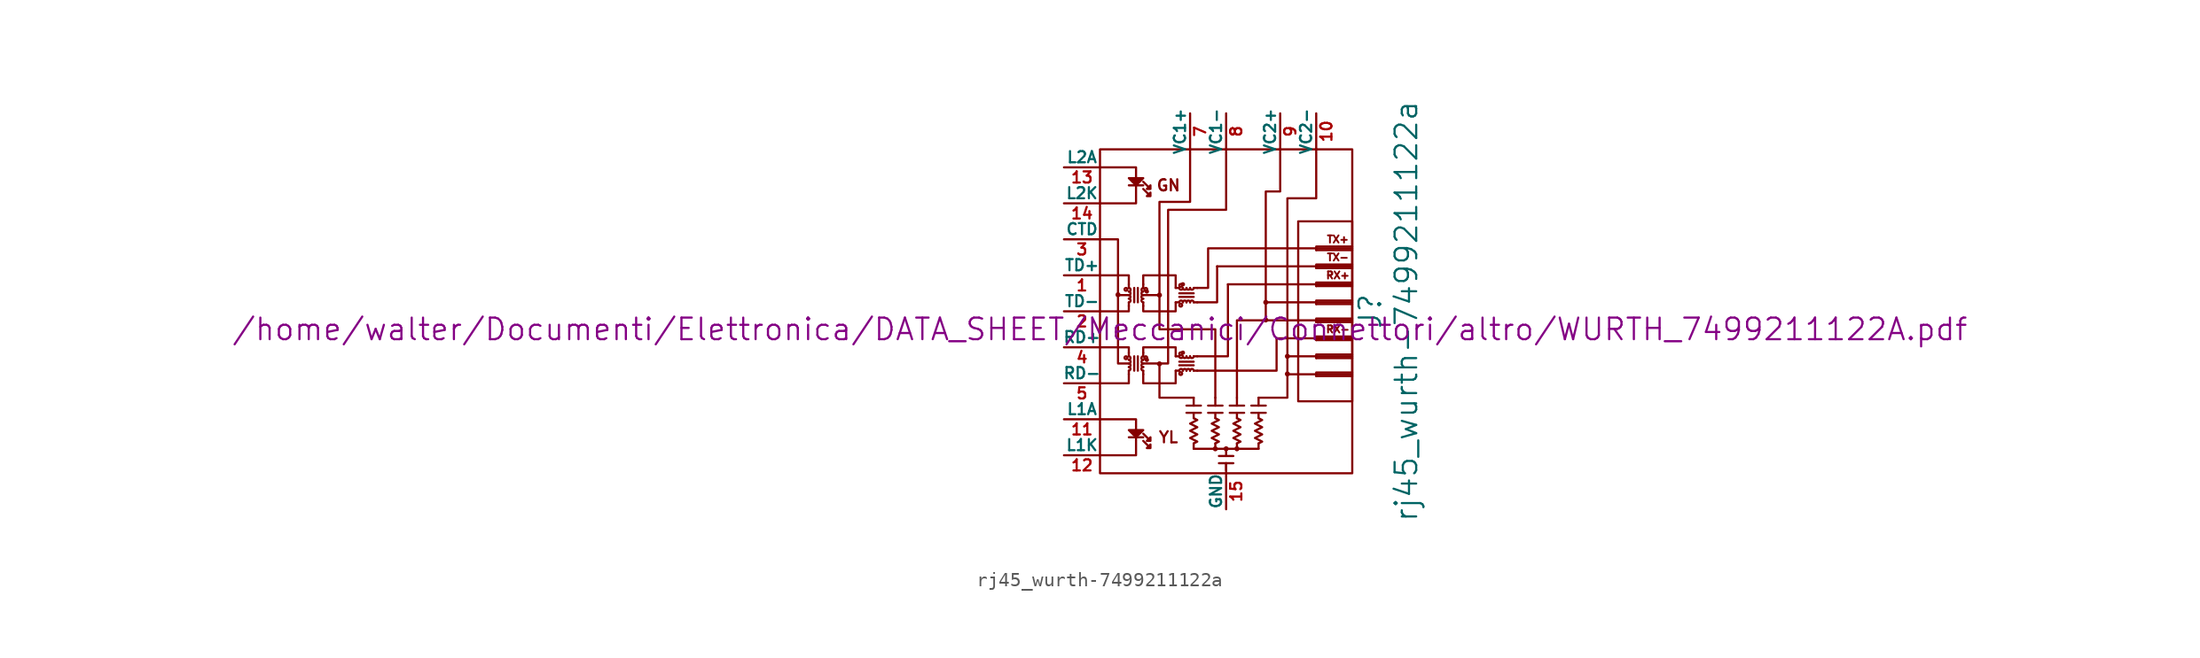
<source format=kicad_sym>
(kicad_symbol_lib
  (version 20211014)
  (generator kicad_symbol_editor)
  (symbol "rj45_wurth-7499211122a"
    (pin_names
      (offset 0))
    (property "Reference" "J"
      (at 11.43 0 90)
      (effects (font (size 1.524 1.524))))
    (property "Value" "rj45_wurth-7499211122a"
      (at 13.97 0 90)
      (effects (font (size 1.524 1.524))))
    (property "Footprint" ""
      (at -7.62 -1.27 0)
      (effects (font (size 1.524 1.524))))
    (property "Datasheet" "/home/walter/Documenti/Elettronica/DATA_SHEET/Meccanici/Connettori/altro/WURTH_7499211122A.pdf"
      (at -7.62 -1.27 0)
      (effects (font (size 1.524 1.524))))
    (symbol "rj45_wurth-7499211122a_0_0"
      (polyline (pts (xy -1.016 -6.096) (xy -1.016 -6.655)) (stroke (width 0) (type default) (color 0 0 0 0)) (fill (type none)))
      (polyline (pts (xy 0.508 -6.096) (xy 0.508 -6.655)) (stroke (width 0) (type default) (color 0 0 0 0)) (fill (type none)))
      (polyline (pts (xy 1.27 -10.719) (xy 1.27 -11.405)) (stroke (width 0) (type default) (color 0 0 0 0)) (fill (type none)))
      (polyline (pts (xy 2.032 -6.096) (xy 2.032 -6.655)) (stroke (width 0) (type default) (color 0 0 0 0)) (fill (type none)))
      (polyline (pts (xy 3.556 -6.096) (xy 3.556 -6.655)) (stroke (width 0) (type default) (color 0 0 0 0)) (fill (type none)))
      (polyline (pts (xy -3.429 1.143) (xy -3.429 7.722) (xy -1.27 7.722) (xy -1.27 11.455)) (stroke (width 0) (type default) (color 0 0 0 0)) (fill (type none)))
      (polyline (pts (xy 5.08 11.455) (xy 5.08 8.458) (xy 4.064 8.458) (xy 4.064 0.635)) (stroke (width 0) (type default) (color 0 0 0 0)) (fill (type none)))
      (polyline (pts (xy 1.27 11.455) (xy 1.27 7.163) (xy -2.819 7.163) (xy -2.819 -3.683) (xy -3.429 -3.683)) (stroke (width 0) (type default) (color 0 0 0 0)) (fill (type none)))
      (polyline (pts (xy 5.588 -3.175) (xy 5.588 7.976) (xy 7.595 7.976) (xy 7.62 7.976) (xy 7.62 11.455)) (stroke (width 0) (type default) (color 0 0 0 0)) (fill (type none)))
      (text "GN" (at -2.794 8.89 0) (effects (font (size 0.787 0.787))))
      (text "RX+" (at 9.144 2.54 0) (effects (font (size 0.508 0.508))))
      (text "RX-" (at 9.144 -1.27 0) (effects (font (size 0.508 0.508))))
      (text "TX+" (at 9.144 5.08 0) (effects (font (size 0.508 0.508))))
      (text "TX-" (at 9.144 3.81 0) (effects (font (size 0.508 0.508))))
      (text "YL" (at -2.794 -8.89 0) (effects (font (size 0.787 0.787)))))
    (symbol "rj45_wurth-7499211122a_0_1"
      (circle (center -6.35 1.168) (radius 0.102) (stroke (width 0) (type default) (color 0 0 0 0)) (fill (type none)))
      (circle (center -5.791 -3.277) (radius 0.025) (stroke (width 0) (type default) (color 0 0 0 0)) (fill (type none)))
      (circle (center -5.791 1.549) (radius 0.025) (stroke (width 0) (type default) (color 0 0 0 0)) (fill (type none)))
      (arc (start -5.588 -4.191) (mid -5.461 -4.064) (end -5.588 -3.937) (stroke (width 0) (type default) (color 0 0 0 0)) (fill (type none)))
      (arc (start -5.588 -3.937) (mid -5.461 -3.81) (end -5.588 -3.683) (stroke (width 0) (type default) (color 0 0 0 0)) (fill (type none)))
      (arc (start -5.588 -3.683) (mid -5.461 -3.556) (end -5.588 -3.429) (stroke (width 0) (type default) (color 0 0 0 0)) (fill (type none)))
      (arc (start -5.588 -3.429) (mid -5.461 -3.302) (end -5.588 -3.175) (stroke (width 0) (type default) (color 0 0 0 0)) (fill (type none)))
      (arc (start -5.588 0.635) (mid -5.461 0.762) (end -5.588 0.889) (stroke (width 0) (type default) (color 0 0 0 0)) (fill (type none)))
      (arc (start -5.588 0.889) (mid -5.461 1.016) (end -5.588 1.143) (stroke (width 0) (type default) (color 0 0 0 0)) (fill (type none)))
      (arc (start -5.588 1.143) (mid -5.461 1.27) (end -5.588 1.397) (stroke (width 0) (type default) (color 0 0 0 0)) (fill (type none)))
      (arc (start -5.588 1.397) (mid -5.461 1.524) (end -5.588 1.651) (stroke (width 0) (type default) (color 0 0 0 0)) (fill (type none)))
      (arc (start -4.572 -3.937) (mid -4.699 -4.064) (end -4.572 -4.191) (stroke (width 0) (type default) (color 0 0 0 0)) (fill (type none)))
      (arc (start -4.572 -3.683) (mid -4.699 -3.81) (end -4.572 -3.937) (stroke (width 0) (type default) (color 0 0 0 0)) (fill (type none)))
      (arc (start -4.572 -3.429) (mid -4.699 -3.556) (end -4.572 -3.683) (stroke (width 0) (type default) (color 0 0 0 0)) (fill (type none)))
      (arc (start -4.572 -3.175) (mid -4.699 -3.302) (end -4.572 -3.429) (stroke (width 0) (type default) (color 0 0 0 0)) (fill (type none)))
      (arc (start -4.572 0.889) (mid -4.699 0.762) (end -4.572 0.635) (stroke (width 0) (type default) (color 0 0 0 0)) (fill (type none)))
      (arc (start -4.572 1.143) (mid -4.699 1.016) (end -4.572 0.889) (stroke (width 0) (type default) (color 0 0 0 0)) (fill (type none)))
      (arc (start -4.572 1.397) (mid -4.699 1.27) (end -4.572 1.143) (stroke (width 0) (type default) (color 0 0 0 0)) (fill (type none)))
      (arc (start -4.572 1.651) (mid -4.699 1.524) (end -4.572 1.397) (stroke (width 0) (type default) (color 0 0 0 0)) (fill (type none)))
      (circle (center -4.394 -3.277) (radius 0.025) (stroke (width 0) (type default) (color 0 0 0 0)) (fill (type none)))
      (circle (center -4.394 1.549) (radius 0.025) (stroke (width 0) (type default) (color 0 0 0 0)) (fill (type none)))
      (circle (center -4.318 -3.429) (radius 0.0001) (stroke (width 0) (type default) (color 0 0 0 0)) (fill (type none)))
      (circle (center -4.318 1.397) (radius 0.0001) (stroke (width 0) (type default) (color 0 0 0 0)) (fill (type none)))
      (circle (center -3.429 -3.708) (radius 0.102) (stroke (width 0) (type default) (color 0 0 0 0)) (fill (type none)))
      (circle (center -3.429 1.143) (radius 0.102) (stroke (width 0) (type default) (color 0 0 0 0)) (fill (type none)))
      (arc (start -2.032 -3.175) (mid -1.905 -3.302) (end -1.778 -3.175) (stroke (width 0) (type default) (color 0 0 0 0)) (fill (type none)))
      (arc (start -2.032 1.651) (mid -1.905 1.524) (end -1.778 1.651) (stroke (width 0) (type default) (color 0 0 0 0)) (fill (type none)))
      (circle (center -1.93 -4.394) (radius 0.025) (stroke (width 0) (type default) (color 0 0 0 0)) (fill (type none)))
      (circle (center -1.93 -2.997) (radius 0.025) (stroke (width 0) (type default) (color 0 0 0 0)) (fill (type none)))
      (circle (center -1.93 0.432) (radius 0.025) (stroke (width 0) (type default) (color 0 0 0 0)) (fill (type none)))
      (circle (center -1.93 1.829) (radius 0.025) (stroke (width 0) (type default) (color 0 0 0 0)) (fill (type none)))
      (arc (start -1.778 -4.191) (mid -1.905 -4.064) (end -2.032 -4.191) (stroke (width 0) (type default) (color 0 0 0 0)) (fill (type none)))
      (arc (start -1.778 -3.175) (mid -1.651 -3.302) (end -1.524 -3.175) (stroke (width 0) (type default) (color 0 0 0 0)) (fill (type none)))
      (circle (center -1.778 -2.921) (radius 0.0001) (stroke (width 0) (type default) (color 0 0 0 0)) (fill (type none)))
      (arc (start -1.778 0.635) (mid -1.905 0.762) (end -2.032 0.635) (stroke (width 0) (type default) (color 0 0 0 0)) (fill (type none)))
      (arc (start -1.778 1.651) (mid -1.651 1.524) (end -1.524 1.651) (stroke (width 0) (type default) (color 0 0 0 0)) (fill (type none)))
      (circle (center -1.778 1.905) (radius 0.0001) (stroke (width 0) (type default) (color 0 0 0 0)) (fill (type none)))
      (arc (start -1.524 -4.191) (mid -1.651 -4.064) (end -1.778 -4.191) (stroke (width 0) (type default) (color 0 0 0 0)) (fill (type none)))
      (arc (start -1.524 -3.175) (mid -1.397 -3.302) (end -1.27 -3.175) (stroke (width 0) (type default) (color 0 0 0 0)) (fill (type none)))
      (arc (start -1.524 0.635) (mid -1.651 0.762) (end -1.778 0.635) (stroke (width 0) (type default) (color 0 0 0 0)) (fill (type none)))
      (arc (start -1.524 1.651) (mid -1.397 1.524) (end -1.27 1.651) (stroke (width 0) (type default) (color 0 0 0 0)) (fill (type none)))
      (arc (start -1.27 -4.191) (mid -1.397 -4.064) (end -1.524 -4.191) (stroke (width 0) (type default) (color 0 0 0 0)) (fill (type none)))
      (arc (start -1.27 -3.175) (mid -1.143 -3.302) (end -1.016 -3.175) (stroke (width 0) (type default) (color 0 0 0 0)) (fill (type none)))
      (arc (start -1.27 0.635) (mid -1.397 0.762) (end -1.524 0.635) (stroke (width 0) (type default) (color 0 0 0 0)) (fill (type none)))
      (arc (start -1.27 1.651) (mid -1.143 1.524) (end -1.016 1.651) (stroke (width 0) (type default) (color 0 0 0 0)) (fill (type none)))
      (arc (start -1.016 -4.191) (mid -1.143 -4.064) (end -1.27 -4.191) (stroke (width 0) (type default) (color 0 0 0 0)) (fill (type none)))
      (arc (start -1.016 0.635) (mid -1.143 0.762) (end -1.27 0.635) (stroke (width 0) (type default) (color 0 0 0 0)) (fill (type none)))
      (polyline (pts (xy -6.35 1.143) (xy -5.588 1.143)) (stroke (width 0) (type default) (color 0 0 0 0)) (fill (type none)))
      (polyline (pts (xy -5.588 -8.89) (xy -4.572 -8.89)) (stroke (width 0) (type default) (color 0 0 0 0)) (fill (type none)))
      (polyline (pts (xy -5.588 -4.191) (xy -5.588 -4.445)) (stroke (width 0) (type default) (color 0 0 0 0)) (fill (type none)))
      (polyline (pts (xy -5.588 -2.921) (xy -5.588 -3.175)) (stroke (width 0) (type default) (color 0 0 0 0)) (fill (type none)))
      (polyline (pts (xy -5.588 0.635) (xy -5.588 0.381)) (stroke (width 0) (type default) (color 0 0 0 0)) (fill (type none)))
      (polyline (pts (xy -5.588 1.905) (xy -5.588 1.651)) (stroke (width 0) (type default) (color 0 0 0 0)) (fill (type none)))
      (polyline (pts (xy -5.588 8.89) (xy -4.572 8.89)) (stroke (width 0) (type default) (color 0 0 0 0)) (fill (type none)))
      (polyline (pts (xy -5.207 -4.191) (xy -5.207 -3.175)) (stroke (width 0) (type default) (color 0 0 0 0)) (fill (type none)))
      (polyline (pts (xy -5.207 0.635) (xy -5.207 1.651)) (stroke (width 0) (type default) (color 0 0 0 0)) (fill (type none)))
      (polyline (pts (xy -4.953 -3.175) (xy -4.953 -4.191)) (stroke (width 0) (type default) (color 0 0 0 0)) (fill (type none)))
      (polyline (pts (xy -4.953 1.651) (xy -4.953 0.635)) (stroke (width 0) (type default) (color 0 0 0 0)) (fill (type none)))
      (polyline (pts (xy -4.572 -4.191) (xy -4.572 -4.445)) (stroke (width 0) (type default) (color 0 0 0 0)) (fill (type none)))
      (polyline (pts (xy -4.572 -2.921) (xy -4.572 -3.175)) (stroke (width 0) (type default) (color 0 0 0 0)) (fill (type none)))
      (polyline (pts (xy -4.572 0.635) (xy -4.572 0.381)) (stroke (width 0) (type default) (color 0 0 0 0)) (fill (type none)))
      (polyline (pts (xy -4.572 1.905) (xy -4.572 1.651)) (stroke (width 0) (type default) (color 0 0 0 0)) (fill (type none)))
      (polyline (pts (xy -2.286 -4.191) (xy -2.032 -4.191)) (stroke (width 0) (type default) (color 0 0 0 0)) (fill (type none)))
      (polyline (pts (xy -2.286 -3.175) (xy -2.032 -3.175)) (stroke (width 0) (type default) (color 0 0 0 0)) (fill (type none)))
      (polyline (pts (xy -2.286 0.635) (xy -2.032 0.635)) (stroke (width 0) (type default) (color 0 0 0 0)) (fill (type none)))
      (polyline (pts (xy -2.286 1.651) (xy -2.032 1.651)) (stroke (width 0) (type default) (color 0 0 0 0)) (fill (type none)))
      (polyline (pts (xy -2.032 -3.556) (xy -1.016 -3.556)) (stroke (width 0) (type default) (color 0 0 0 0)) (fill (type none)))
      (polyline (pts (xy -2.032 1.27) (xy -1.016 1.27)) (stroke (width 0) (type default) (color 0 0 0 0)) (fill (type none)))
      (polyline (pts (xy -1.524 -6.655) (xy -0.508 -6.655)) (stroke (width 0) (type default) (color 0 0 0 0)) (fill (type none)))
      (polyline (pts (xy -1.016 -9.703) (xy -1.016 -9.322)) (stroke (width 0) (type default) (color 0 0 0 0)) (fill (type none)))
      (polyline (pts (xy -1.016 -7.544) (xy -1.016 -7.163)) (stroke (width 0) (type default) (color 0 0 0 0)) (fill (type none)))
      (polyline (pts (xy -1.016 -4.191) (xy -0.762 -4.191)) (stroke (width 0) (type default) (color 0 0 0 0)) (fill (type none)))
      (polyline (pts (xy -1.016 -3.81) (xy -2.032 -3.81)) (stroke (width 0) (type default) (color 0 0 0 0)) (fill (type none)))
      (polyline (pts (xy -1.016 -3.175) (xy -0.762 -3.175)) (stroke (width 0) (type default) (color 0 0 0 0)) (fill (type none)))
      (polyline (pts (xy -1.016 0.635) (xy -0.762 0.635)) (stroke (width 0) (type default) (color 0 0 0 0)) (fill (type none)))
      (polyline (pts (xy -1.016 1.016) (xy -2.032 1.016)) (stroke (width 0) (type default) (color 0 0 0 0)) (fill (type none)))
      (polyline (pts (xy -1.016 1.651) (xy -0.762 1.651)) (stroke (width 0) (type default) (color 0 0 0 0)) (fill (type none)))
      (polyline (pts (xy -0.508 -7.163) (xy -1.524 -7.163)) (stroke (width 0) (type default) (color 0 0 0 0)) (fill (type none)))
      (polyline (pts (xy 0 -6.655) (xy 1.016 -6.655)) (stroke (width 0) (type default) (color 0 0 0 0)) (fill (type none)))
      (polyline (pts (xy 0.508 -9.703) (xy 0.508 -9.322)) (stroke (width 0) (type default) (color 0 0 0 0)) (fill (type none)))
      (polyline (pts (xy 0.508 -7.544) (xy 0.508 -7.163)) (stroke (width 0) (type default) (color 0 0 0 0)) (fill (type none)))
      (polyline (pts (xy 0.762 -10.211) (xy 1.778 -10.211)) (stroke (width 0) (type default) (color 0 0 0 0)) (fill (type none)))
      (polyline (pts (xy 1.016 -7.163) (xy 0 -7.163)) (stroke (width 0) (type default) (color 0 0 0 0)) (fill (type none)))
      (polyline (pts (xy 1.27 -10.719) (xy 1.27 -11.227)) (stroke (width 0) (type default) (color 0 0 0 0)) (fill (type none)))
      (polyline (pts (xy 1.27 -9.703) (xy 1.27 -10.211)) (stroke (width 0) (type default) (color 0 0 0 0)) (fill (type none)))
      (polyline (pts (xy 1.524 -6.655) (xy 2.54 -6.655)) (stroke (width 0) (type default) (color 0 0 0 0)) (fill (type none)))
      (polyline (pts (xy 1.778 -10.719) (xy 0.762 -10.719)) (stroke (width 0) (type default) (color 0 0 0 0)) (fill (type none)))
      (polyline (pts (xy 2.032 -9.703) (xy 2.032 -9.322)) (stroke (width 0) (type default) (color 0 0 0 0)) (fill (type none)))
      (polyline (pts (xy 2.032 -7.544) (xy 2.032 -7.163)) (stroke (width 0) (type default) (color 0 0 0 0)) (fill (type none)))
      (polyline (pts (xy 2.54 -7.163) (xy 1.524 -7.163)) (stroke (width 0) (type default) (color 0 0 0 0)) (fill (type none)))
      (polyline (pts (xy 3.048 -6.655) (xy 4.064 -6.655)) (stroke (width 0) (type default) (color 0 0 0 0)) (fill (type none)))
      (polyline (pts (xy 3.556 -9.703) (xy -1.016 -9.703)) (stroke (width 0) (type default) (color 0 0 0 0)) (fill (type none)))
      (polyline (pts (xy 3.556 -9.703) (xy 3.556 -9.322)) (stroke (width 0) (type default) (color 0 0 0 0)) (fill (type none)))
      (polyline (pts (xy 3.556 -7.544) (xy 3.556 -7.163)) (stroke (width 0) (type default) (color 0 0 0 0)) (fill (type none)))
      (polyline (pts (xy 4.064 -7.163) (xy 3.048 -7.163)) (stroke (width 0) (type default) (color 0 0 0 0)) (fill (type none)))
      (polyline (pts (xy 4.064 0.635) (xy 4.064 -0.635)) (stroke (width 0) (type default) (color 0 0 0 0)) (fill (type none)))
      (polyline (pts (xy 7.62 -4.572) (xy 10.16 -4.572)) (stroke (width 0) (type default) (color 0 0 0 0)) (fill (type none)))
      (polyline (pts (xy 7.62 -4.445) (xy 5.588 -4.445)) (stroke (width 0) (type default) (color 0 0 0 0)) (fill (type none)))
      (polyline (pts (xy 7.62 -4.445) (xy 10.16 -4.445)) (stroke (width 0) (type default) (color 0 0 0 0)) (fill (type none)))
      (polyline (pts (xy 7.62 -3.302) (xy 10.16 -3.302)) (stroke (width 0) (type default) (color 0 0 0 0)) (fill (type none)))
      (polyline (pts (xy 7.62 -3.175) (xy 10.16 -3.175)) (stroke (width 0) (type default) (color 0 0 0 0)) (fill (type none)))
      (polyline (pts (xy 7.62 -2.032) (xy 10.16 -2.032)) (stroke (width 0) (type default) (color 0 0 0 0)) (fill (type none)))
      (polyline (pts (xy 7.62 -1.905) (xy 4.826 -1.905)) (stroke (width 0) (type default) (color 0 0 0 0)) (fill (type none)))
      (polyline (pts (xy 7.62 -1.905) (xy 10.16 -1.905)) (stroke (width 0) (type default) (color 0 0 0 0)) (fill (type none)))
      (polyline (pts (xy 7.62 -0.762) (xy 10.16 -0.762)) (stroke (width 0) (type default) (color 0 0 0 0)) (fill (type none)))
      (polyline (pts (xy 7.62 -0.635) (xy 4.064 -0.635)) (stroke (width 0) (type default) (color 0 0 0 0)) (fill (type none)))
      (polyline (pts (xy 7.62 -0.635) (xy 10.16 -0.635)) (stroke (width 0) (type default) (color 0 0 0 0)) (fill (type none)))
      (polyline (pts (xy 7.62 0.508) (xy 10.16 0.508)) (stroke (width 0) (type default) (color 0 0 0 0)) (fill (type none)))
      (polyline (pts (xy 7.62 0.635) (xy 4.064 0.635)) (stroke (width 0) (type default) (color 0 0 0 0)) (fill (type none)))
      (polyline (pts (xy 7.62 0.635) (xy 10.16 0.635)) (stroke (width 0) (type default) (color 0 0 0 0)) (fill (type none)))
      (polyline (pts (xy 7.62 1.778) (xy 10.16 1.778)) (stroke (width 0) (type default) (color 0 0 0 0)) (fill (type none)))
      (polyline (pts (xy 7.62 1.905) (xy 1.397 1.905)) (stroke (width 0) (type default) (color 0 0 0 0)) (fill (type none)))
      (polyline (pts (xy 7.62 1.905) (xy 10.16 1.905)) (stroke (width 0) (type default) (color 0 0 0 0)) (fill (type none)))
      (polyline (pts (xy 7.62 3.048) (xy 10.16 3.048)) (stroke (width 0) (type default) (color 0 0 0 0)) (fill (type none)))
      (polyline (pts (xy 7.62 3.175) (xy 0.635 3.175)) (stroke (width 0) (type default) (color 0 0 0 0)) (fill (type none)))
      (polyline (pts (xy 7.62 3.175) (xy 10.16 3.175)) (stroke (width 0) (type default) (color 0 0 0 0)) (fill (type none)))
      (polyline (pts (xy 7.62 4.318) (xy 10.16 4.318)) (stroke (width 0) (type default) (color 0 0 0 0)) (fill (type none)))
      (polyline (pts (xy 7.62 4.445) (xy 10.16 4.445)) (stroke (width 0) (type default) (color 0 0 0 0)) (fill (type none)))
      (polyline (pts (xy -7.62 -2.54) (xy -5.588 -2.54) (xy -5.588 -2.921)) (stroke (width 0) (type default) (color 0 0 0 0)) (fill (type none)))
      (polyline (pts (xy -7.62 0) (xy -5.588 0) (xy -5.588 0.381)) (stroke (width 0) (type default) (color 0 0 0 0)) (fill (type none)))
      (polyline (pts (xy -7.62 2.54) (xy -5.588 2.54) (xy -5.588 1.905)) (stroke (width 0) (type default) (color 0 0 0 0)) (fill (type none)))
      (polyline (pts (xy -6.35 1.143) (xy -6.35 -3.683) (xy -5.588 -3.683)) (stroke (width 0) (type default) (color 0 0 0 0)) (fill (type none)))
      (polyline (pts (xy -6.35 1.143) (xy -6.35 5.08) (xy -7.62 5.08)) (stroke (width 0) (type default) (color 0 0 0 0)) (fill (type none)))
      (polyline (pts (xy -5.588 -4.445) (xy -5.588 -5.08) (xy -7.62 -5.08)) (stroke (width 0) (type default) (color 0 0 0 0)) (fill (type none)))
      (polyline (pts (xy -5.08 -8.89) (xy -5.08 -10.16) (xy -7.62 -10.16)) (stroke (width 0) (type default) (color 0 0 0 0)) (fill (type none)))
      (polyline (pts (xy -5.08 -8.382) (xy -5.08 -7.62) (xy -7.62 -7.62)) (stroke (width 0) (type default) (color 0 0 0 0)) (fill (type none)))
      (polyline (pts (xy -5.08 8.89) (xy -5.08 7.62) (xy -7.62 7.62)) (stroke (width 0) (type default) (color 0 0 0 0)) (fill (type none)))
      (polyline (pts (xy -5.08 9.398) (xy -5.08 10.16) (xy -7.62 10.16)) (stroke (width 0) (type default) (color 0 0 0 0)) (fill (type none)))
      (polyline (pts (xy 0.508 -6.096) (xy 0.508 -1.27) (xy -1.778 -1.27)) (stroke (width 0) (type default) (color 0 0 0 0)) (fill (type none)))
      (polyline (pts (xy 0.635 3.175) (xy 0.635 0.635) (xy -0.762 0.635)) (stroke (width 0) (type default) (color 0 0 0 0)) (fill (type none)))
      (polyline (pts (xy 1.397 1.905) (xy 1.397 -3.175) (xy -0.762 -3.175)) (stroke (width 0) (type default) (color 0 0 0 0)) (fill (type none)))
      (polyline (pts (xy 2.032 -6.096) (xy 2.032 -0.635) (xy 4.064 -0.635)) (stroke (width 0) (type default) (color 0 0 0 0)) (fill (type none)))
      (polyline (pts (xy 3.556 -6.096) (xy 5.588 -6.096) (xy 5.588 -4.445)) (stroke (width 0) (type default) (color 0 0 0 0)) (fill (type none)))
      (polyline (pts (xy 4.826 -1.905) (xy 4.826 -4.191) (xy -0.762 -4.191)) (stroke (width 0) (type default) (color 0 0 0 0)) (fill (type none)))
      (polyline (pts (xy 5.588 -4.445) (xy 5.588 -3.175) (xy 7.62 -3.175)) (stroke (width 0) (type default) (color 0 0 0 0)) (fill (type none)))
      (polyline (pts (xy 7.62 -4.572) (xy 7.62 -4.318) (xy 10.16 -4.318)) (stroke (width 0) (type default) (color 0 0 0 0)) (fill (type none)))
      (polyline (pts (xy 7.62 -3.302) (xy 7.62 -3.048) (xy 10.16 -3.048)) (stroke (width 0) (type default) (color 0 0 0 0)) (fill (type none)))
      (polyline (pts (xy 7.62 -2.032) (xy 7.62 -1.778) (xy 10.16 -1.778)) (stroke (width 0) (type default) (color 0 0 0 0)) (fill (type none)))
      (polyline (pts (xy 7.62 -0.762) (xy 7.62 -0.508) (xy 10.16 -0.508)) (stroke (width 0) (type default) (color 0 0 0 0)) (fill (type none)))
      (polyline (pts (xy 7.62 0.508) (xy 7.62 0.762) (xy 10.16 0.762)) (stroke (width 0) (type default) (color 0 0 0 0)) (fill (type none)))
      (polyline (pts (xy 7.62 1.778) (xy 7.62 2.032) (xy 10.16 2.032)) (stroke (width 0) (type default) (color 0 0 0 0)) (fill (type none)))
      (polyline (pts (xy 7.62 3.048) (xy 7.62 3.302) (xy 10.16 3.302)) (stroke (width 0) (type default) (color 0 0 0 0)) (fill (type none)))
      (polyline (pts (xy 7.62 4.318) (xy 7.62 4.572) (xy 10.16 4.572)) (stroke (width 0) (type default) (color 0 0 0 0)) (fill (type none)))
      (polyline (pts (xy -5.588 -8.382) (xy -5.08 -8.89) (xy -4.572 -8.382) (xy -5.588 -8.382)) (stroke (width 0) (type default) (color 0 0 0 0)) (fill (type outline)))
      (polyline (pts (xy -5.588 9.398) (xy -5.08 8.89) (xy -4.572 9.398) (xy -5.588 9.398)) (stroke (width 0) (type default) (color 0 0 0 0)) (fill (type outline)))
      (polyline (pts (xy -4.572 -4.445) (xy -4.572 -5.08) (xy -2.286 -5.08) (xy -2.286 -4.191)) (stroke (width 0) (type default) (color 0 0 0 0)) (fill (type none)))
      (polyline (pts (xy -4.572 -3.683) (xy -3.429 -3.683) (xy -3.429 -6.096) (xy -1.016 -6.096)) (stroke (width 0) (type default) (color 0 0 0 0)) (fill (type none)))
      (polyline (pts (xy -4.572 -2.921) (xy -4.572 -2.54) (xy -2.286 -2.54) (xy -2.286 -3.175)) (stroke (width 0) (type default) (color 0 0 0 0)) (fill (type none)))
      (polyline (pts (xy -4.572 0.381) (xy -4.572 0) (xy -2.286 0) (xy -2.286 0.635)) (stroke (width 0) (type default) (color 0 0 0 0)) (fill (type none)))
      (polyline (pts (xy -4.572 1.143) (xy -3.429 1.143) (xy -3.429 -1.27) (xy -1.778 -1.27)) (stroke (width 0) (type default) (color 0 0 0 0)) (fill (type none)))
      (polyline (pts (xy -4.572 1.905) (xy -4.572 2.54) (xy -2.286 2.54) (xy -2.286 1.651)) (stroke (width 0) (type default) (color 0 0 0 0)) (fill (type none)))
      (polyline (pts (xy 7.62 4.445) (xy 0 4.445) (xy 0 1.651) (xy -0.762 1.651)) (stroke (width 0) (type default) (color 0 0 0 0)) (fill (type none)))
      (polyline (pts (xy -4.572 -9.144) (xy -4.064 -9.652) (xy -4.064 -9.398) (xy -4.318 -9.652) (xy -4.064 -9.652)) (stroke (width 0) (type default) (color 0 0 0 0)) (fill (type none)))
      (polyline (pts (xy -4.572 -8.636) (xy -4.064 -9.144) (xy -4.064 -8.89) (xy -4.318 -9.144) (xy -4.064 -9.144)) (stroke (width 0) (type default) (color 0 0 0 0)) (fill (type none)))
      (polyline (pts (xy -4.572 8.636) (xy -4.064 8.128) (xy -4.064 8.382) (xy -4.318 8.128) (xy -4.064 8.128)) (stroke (width 0) (type default) (color 0 0 0 0)) (fill (type none)))
      (polyline (pts (xy -4.572 9.144) (xy -4.064 8.636) (xy -4.064 8.89) (xy -4.318 8.636) (xy -4.064 8.636)) (stroke (width 0) (type default) (color 0 0 0 0)) (fill (type none)))
      (polyline (pts (xy -1.016 -7.544) (xy -0.762 -7.671) (xy -1.27 -7.925) (xy -0.762 -8.179) (xy -1.27 -8.433) (xy -0.762 -8.687) (xy -1.27 -8.941) (xy -0.762 -9.195) (xy -1.016 -9.322)) (stroke (width 0) (type default) (color 0 0 0 0)) (fill (type none)))
      (polyline (pts (xy 0.508 -7.544) (xy 0.762 -7.671) (xy 0.254 -7.925) (xy 0.762 -8.179) (xy 0.254 -8.433) (xy 0.762 -8.687) (xy 0.254 -8.941) (xy 0.762 -9.195) (xy 0.508 -9.322)) (stroke (width 0) (type default) (color 0 0 0 0)) (fill (type none)))
      (polyline (pts (xy 2.032 -7.544) (xy 2.286 -7.671) (xy 1.778 -7.925) (xy 2.286 -8.179) (xy 1.778 -8.433) (xy 2.286 -8.687) (xy 1.778 -8.941) (xy 2.286 -9.195) (xy 2.032 -9.322)) (stroke (width 0) (type default) (color 0 0 0 0)) (fill (type none)))
      (polyline (pts (xy 3.556 -7.544) (xy 3.81 -7.671) (xy 3.302 -7.925) (xy 3.81 -8.179) (xy 3.302 -8.433) (xy 3.81 -8.687) (xy 3.302 -8.941) (xy 3.81 -9.195) (xy 3.556 -9.322)) (stroke (width 0) (type default) (color 0 0 0 0)) (fill (type none)))
      (circle (center 0.508 -9.703) (radius 0.102) (stroke (width 0) (type default) (color 0 0 0 0)) (fill (type none)))
      (circle (center 1.27 -9.703) (radius 0.102) (stroke (width 0) (type default) (color 0 0 0 0)) (fill (type none)))
      (circle (center 2.032 -9.703) (radius 0.102) (stroke (width 0) (type default) (color 0 0 0 0)) (fill (type none)))
      (circle (center 4.064 -0.61) (radius 0.102) (stroke (width 0) (type default) (color 0 0 0 0)) (fill (type none)))
      (circle (center 4.064 0.635) (radius 0.102) (stroke (width 0) (type default) (color 0 0 0 0)) (fill (type none)))
      (circle (center 5.588 -4.42) (radius 0.102) (stroke (width 0) (type default) (color 0 0 0 0)) (fill (type none)))
      (circle (center 5.588 -3.175) (radius 0.102) (stroke (width 0) (type default) (color 0 0 0 0)) (fill (type none)))
      (rectangle (start 10.16 6.35) (end 6.35 -6.35) (stroke (width 0) (type default) (color 0 0 0 0)) (fill (type none)))
      (rectangle (start 10.16 11.43) (end -7.62 -11.43) (stroke (width 0) (type default) (color 0 0 0 0)) (fill (type none))))
    (symbol "rj45_wurth-7499211122a_1_1"
      (pin passive line (at -10.16 2.54 0) (length 2.54) (name "TD+" (effects (font (size 0.787 0.787)))) (number "1" (effects (font (size 0.787 0.787)))))
      (pin passive line (at 7.62 13.97 270) (length 2.54) (name "VC2-" (effects (font (size 0.787 0.787)))) (number "10" (effects (font (size 0.787 0.787)))))
      (pin passive line (at -10.16 -7.62 0) (length 2.54) (name "L1A" (effects (font (size 0.787 0.787)))) (number "11" (effects (font (size 0.787 0.787)))))
      (pin passive line (at -10.16 -10.16 0) (length 2.54) (name "L1K" (effects (font (size 0.787 0.787)))) (number "12" (effects (font (size 0.787 0.787)))))
      (pin passive line (at -10.16 10.16 0) (length 2.54) (name "L2A" (effects (font (size 0.787 0.787)))) (number "13" (effects (font (size 0.787 0.787)))))
      (pin passive line (at -10.16 7.62 0) (length 2.54) (name "L2K" (effects (font (size 0.787 0.787)))) (number "14" (effects (font (size 0.787 0.787)))))
      (pin passive line (at 1.27 -13.97 90) (length 2.54) (name "GND" (effects (font (size 0.787 0.787)))) (number "15" (effects (font (size 0.787 0.787)))))
      (pin passive line (at -10.16 0 0) (length 2.54) (name "TD-" (effects (font (size 0.787 0.787)))) (number "2" (effects (font (size 0.787 0.787)))))
      (pin passive line (at -10.16 5.08 0) (length 2.54) (name "CTD" (effects (font (size 0.787 0.787)))) (number "3" (effects (font (size 0.787 0.787)))))
      (pin passive line (at -10.16 -2.54 0) (length 2.54) (name "RD+" (effects (font (size 0.787 0.787)))) (number "4" (effects (font (size 0.787 0.787)))))
      (pin passive line (at -10.16 -5.08 0) (length 2.54) (name "RD-" (effects (font (size 0.787 0.787)))) (number "5" (effects (font (size 0.787 0.787)))))
      (pin passive line (at -1.27 13.97 270) (length 2.54) (name "VC1+" (effects (font (size 0.787 0.787)))) (number "7" (effects (font (size 0.787 0.787)))))
      (pin passive line (at 1.27 13.97 270) (length 2.54) (name "VC1-" (effects (font (size 0.787 0.787)))) (number "8" (effects (font (size 0.787 0.787)))))
      (pin passive line (at 5.08 13.97 270) (length 2.54) (name "VC2+" (effects (font (size 0.787 0.787)))) (number "9" (effects (font (size 0.787 0.787))))))))
</source>
